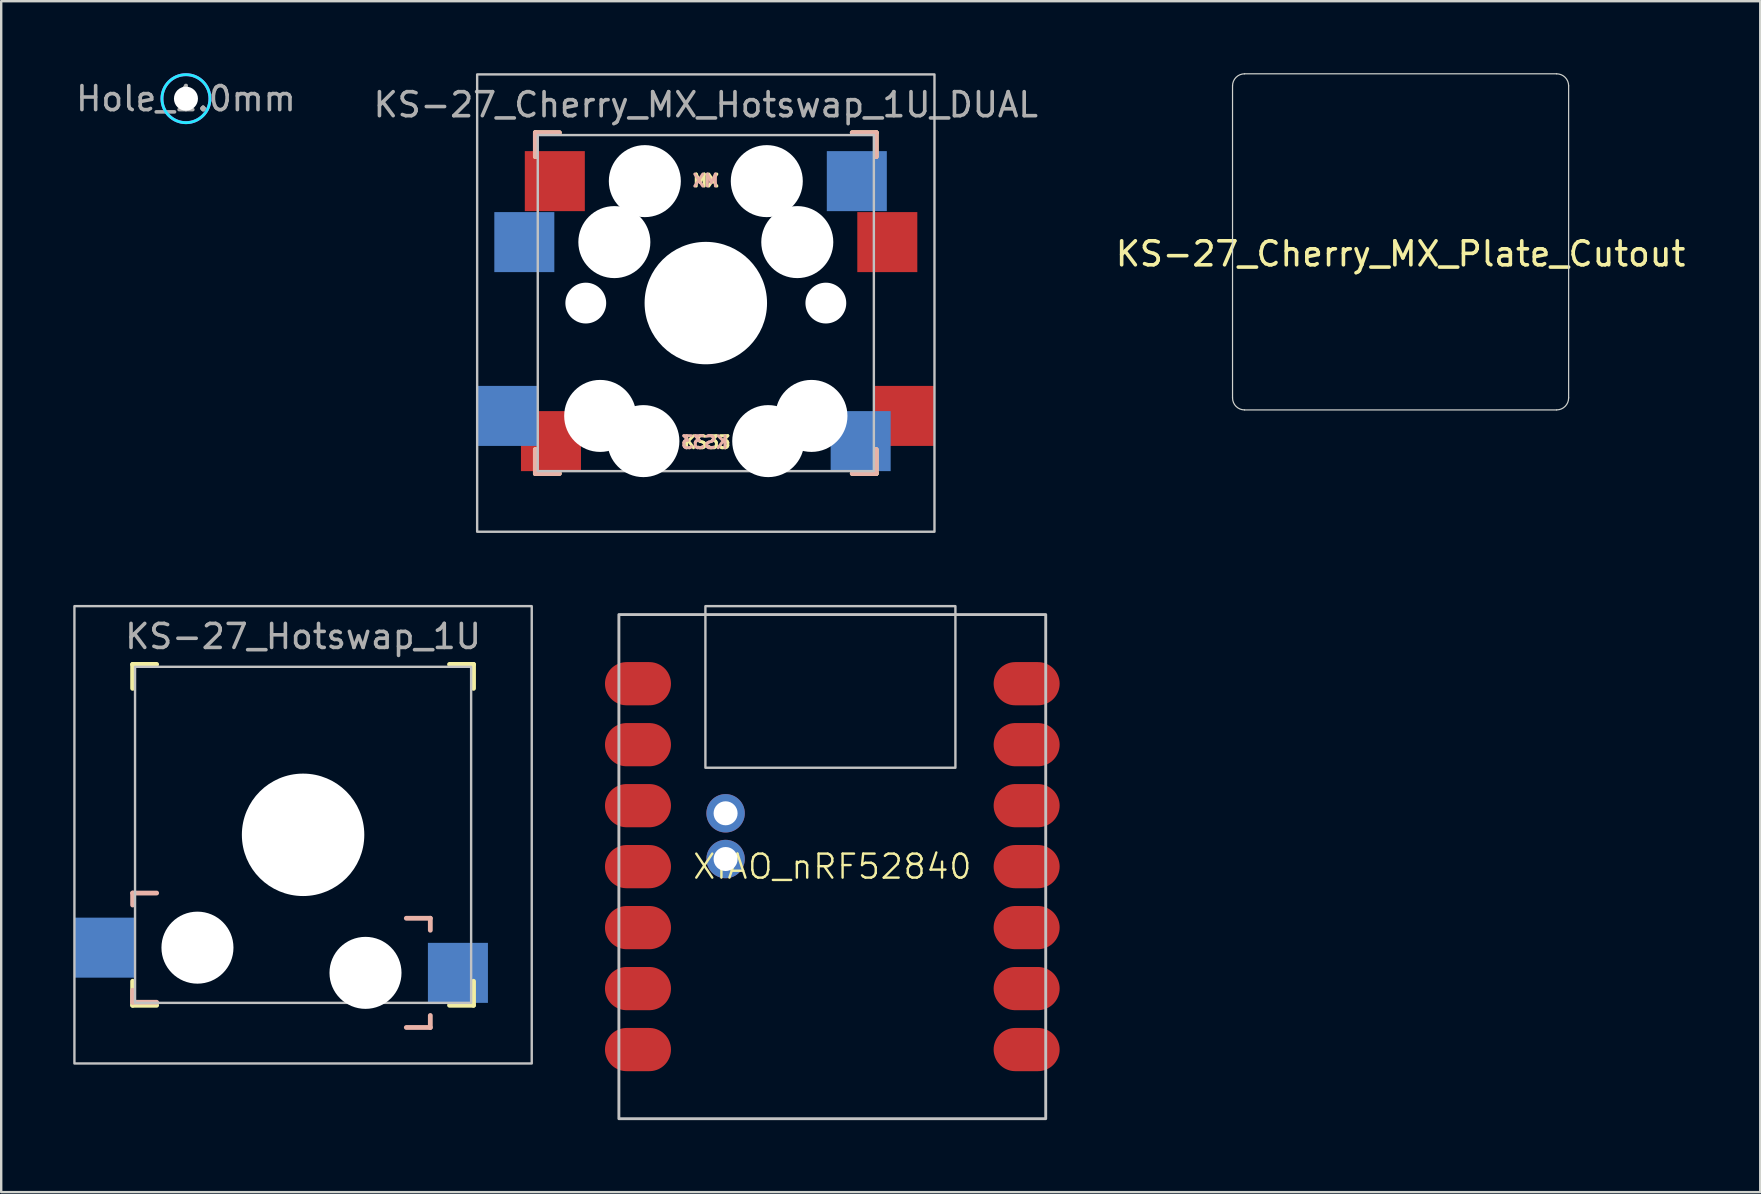
<source format=kicad_pcb>
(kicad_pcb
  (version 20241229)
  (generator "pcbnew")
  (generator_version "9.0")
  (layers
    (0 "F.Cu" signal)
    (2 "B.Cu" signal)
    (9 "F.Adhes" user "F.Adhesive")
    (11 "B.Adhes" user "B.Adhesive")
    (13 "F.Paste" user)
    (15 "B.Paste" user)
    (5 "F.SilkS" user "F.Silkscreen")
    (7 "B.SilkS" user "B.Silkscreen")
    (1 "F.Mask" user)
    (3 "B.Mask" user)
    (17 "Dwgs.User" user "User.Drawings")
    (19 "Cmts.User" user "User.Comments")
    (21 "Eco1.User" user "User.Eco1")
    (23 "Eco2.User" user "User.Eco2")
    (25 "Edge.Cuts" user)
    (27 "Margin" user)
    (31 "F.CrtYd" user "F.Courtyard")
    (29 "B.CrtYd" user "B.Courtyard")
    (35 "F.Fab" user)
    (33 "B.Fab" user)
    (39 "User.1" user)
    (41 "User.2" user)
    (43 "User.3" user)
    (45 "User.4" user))
  (footprint "XIAO_nRF52840"
    (layer "F.Cu")
    (at 31.62 33.05)
    (property "Reference" "XIAO_nRF52840" (at 0 0 0) (unlocked yes) (layer "F.SilkS") (effects (font (size 1 1) (thickness 0.1))))
    (attr smd)
    (fp_rect (start -8.89 10.5) (end 8.89 -10.5) (stroke (width 0.12) (type solid)) (fill no) (layer "Dwgs.User"))
    (fp_rect (start -5.286 -10.85) (end 5.128 -4.119) (stroke (width 0.1) (type default)) (fill no) (layer "Dwgs.User"))
    (pad "1" smd oval (at -8.57 -7.62 180) (size 2.75 1.8) (drill (offset -0.475 0)) (layers "F.Cu" "F.Mask" "F.Paste"))
    (pad "2" smd oval (at -8.57 -5.08 180) (size 2.75 1.8) (drill (offset -0.475 0)) (layers "F.Cu" "F.Mask" "F.Paste"))
    (pad "3" smd oval (at -8.57 -2.54 180) (size 2.75 1.8) (drill (offset -0.475 0)) (layers "F.Cu" "F.Mask" "F.Paste"))
    (pad "4" smd oval (at -8.57 0 180) (size 2.75 1.8) (drill (offset -0.475 0)) (layers "F.Cu" "F.Mask" "F.Paste"))
    (pad "5" smd oval (at -8.57 2.54 180) (size 2.75 1.8) (drill (offset -0.475 0)) (layers "F.Cu" "F.Mask" "F.Paste"))
    (pad "6" smd oval (at -8.57 5.08 180) (size 2.75 1.8) (drill (offset -0.475 0)) (layers "F.Cu" "F.Mask" "F.Paste"))
    (pad "7" smd oval (at -8.57 7.62 180) (size 2.75 1.8) (drill (offset -0.475 0)) (layers "F.Cu" "F.Mask" "F.Paste"))
    (pad "8" smd oval (at 8.57 7.62) (size 2.75 1.8) (drill (offset -0.475 0)) (layers "F.Cu" "F.Mask" "F.Paste"))
    (pad "9" smd oval (at 8.57 5.08) (size 2.75 1.8) (drill (offset -0.475 0)) (layers "F.Cu" "F.Mask" "F.Paste"))
    (pad "10" smd oval (at 8.57 2.54) (size 2.75 1.8) (drill (offset -0.475 0)) (layers "F.Cu" "F.Mask" "F.Paste"))
    (pad "11" smd oval (at 8.57 0) (size 2.75 1.8) (drill (offset -0.475 0)) (layers "F.Cu" "F.Mask" "F.Paste"))
    (pad "12" smd oval (at 8.57 -2.54) (size 2.75 1.8) (drill (offset -0.475 0)) (layers "F.Cu" "F.Mask" "F.Paste"))
    (pad "13" smd oval (at 8.57 -5.08) (size 2.75 1.8) (drill (offset -0.475 0)) (layers "F.Cu" "F.Mask" "F.Paste"))
    (pad "14" smd oval (at 8.57 -7.62) (size 2.75 1.8) (drill (offset -0.475 0)) (layers "F.Cu" "F.Mask" "F.Paste"))
    (pad "19" thru_hole circle (at -4.445 -0.317 180) (size 1.6 1.6) (drill 1) (layers "*.Cu" "*.Mask"))
    (pad "20" thru_hole circle (at -4.445 -2.222 180) (size 1.6 1.6) (drill 1) (layers "*.Cu" "*.Mask")))
  (footprint "KS-27_Cherry_MX_Hotswap_1U_DUAL"
    (layer "F.Cu")
    (at 26.351 9.575)
    (property "Reference" "KS-27_Cherry_MX_Hotswap_1U_DUAL" (at 0 -8.262 0) (unlocked yes) (layer "F.Fab") (effects (font (size 1 1) (thickness 0.15))))
    (attr smd)
    (fp_line (start -7.1 -7.1) (end -7.1 -6.1) (stroke (width 0.2) (type default)) (layer "F.SilkS"))
    (fp_line (start -7.1 -7.1) (end -6.1 -7.1) (stroke (width 0.2) (type default)) (layer "F.SilkS"))
    (fp_line (start -7.1 7.1) (end -7.1 6.1) (stroke (width 0.2) (type default)) (layer "F.SilkS"))
    (fp_line (start -6.1 7.1) (end -7.1 7.1) (stroke (width 0.2) (type default)) (layer "F.SilkS"))
    (fp_line (start 6.1 -7.1) (end 7.1 -7.1) (stroke (width 0.2) (type default)) (layer "F.SilkS"))
    (fp_line (start 7.1 -6.1) (end 7.1 -7.1) (stroke (width 0.2) (type default)) (layer "F.SilkS"))
    (fp_line (start 7.1 7.1) (end 6.1 7.1) (stroke (width 0.2) (type default)) (layer "F.SilkS"))
    (fp_line (start 7.1 7.1) (end 7.1 6.1) (stroke (width 0.2) (type default)) (layer "F.SilkS"))
    (fp_line (start -7.1 -6.1) (end -7.1 -7.1) (stroke (width 0.2) (type default)) (layer "B.SilkS"))
    (fp_line (start -7.1 7.1) (end -7.1 6.1) (stroke (width 0.2) (type default)) (layer "B.SilkS"))
    (fp_line (start -7.1 7.1) (end -6.1 7.1) (stroke (width 0.2) (type default)) (layer "B.SilkS"))
    (fp_line (start -6.1 -7.1) (end -7.1 -7.1) (stroke (width 0.2) (type default)) (layer "B.SilkS"))
    (fp_line (start 6.1 7.1) (end 7.1 7.1) (stroke (width 0.2) (type default)) (layer "B.SilkS"))
    (fp_line (start 7.1 -7.1) (end 6.1 -7.1) (stroke (width 0.2) (type default)) (layer "B.SilkS"))
    (fp_line (start 7.1 -7.1) (end 7.1 -6.1) (stroke (width 0.2) (type default)) (layer "B.SilkS"))
    (fp_line (start 7.1 7.1) (end 7.1 6.1) (stroke (width 0.2) (type default)) (layer "B.SilkS"))
    (fp_rect (start -9.525 -9.525) (end 9.525 9.525) (stroke (width 0.1) (type default)) (fill no) (layer "Dwgs.User"))
    (fp_rect (start -7 -7) (end 7 7) (stroke (width 0.1) (type default)) (fill no) (layer "Dwgs.User"))
    (fp_text user "MX" (at -0.6 -5.1 0) (unlocked yes) (layer "F.SilkS") (effects (font (size 0.5 0.5) (thickness 0.125)) (justify left)))
    (fp_text user "KS33" (at -1 5.8 0) (unlocked yes) (layer "F.SilkS") (effects (font (size 0.5 0.5) (thickness 0.125)) (justify left)))
    (fp_text user "MX" (at 0.6 -5.1 0) (unlocked yes) (layer "B.SilkS") (effects (font (size 0.5 0.5) (thickness 0.125)) (justify left mirror)))
    (fp_text user "KS33" (at 1 5.8 0) (unlocked yes) (layer "B.SilkS") (effects (font (size 0.5 0.5) (thickness 0.125)) (justify left mirror)))
    (pad "" np_thru_hole circle (at -5 0) (size 1.7 1.7) (drill 1.7) (layers "*.Cu" "*.Mask"))
    (pad "" np_thru_hole circle (at -4.4 4.7) (size 3 3) (drill 3) (layers "*.Cu" "*.Mask"))
    (pad "" np_thru_hole circle (at -3.81 -2.54) (size 3 3) (drill 3) (layers "*.Cu" "*.Mask"))
    (pad "" np_thru_hole circle (at -2.6 5.75) (size 3 3) (drill 3) (layers "*.Cu" "*.Mask"))
    (pad "" np_thru_hole circle (at -2.54 -5.08) (size 3 3) (drill 3) (layers "*.Cu" "*.Mask"))
    (pad "" np_thru_hole circle (at 0 0) (size 5.1 5.1) (drill 5.1) (layers "*.Cu" "*.Mask"))
    (pad "" np_thru_hole circle (at 2.54 -5.08) (size 3 3) (drill 3) (layers "*.Cu" "*.Mask"))
    (pad "" np_thru_hole circle (at 2.6 5.75) (size 3 3) (drill 3) (layers "*.Cu" "*.Mask"))
    (pad "" np_thru_hole circle (at 3.81 -2.54) (size 3 3) (drill 3) (layers "*.Cu" "*.Mask"))
    (pad "" np_thru_hole circle (at 4.4 4.7) (size 3 3) (drill 3) (layers "*.Cu" "*.Mask"))
    (pad "" np_thru_hole circle (at 5 0) (size 1.7 1.7) (drill 1.7) (layers "*.Cu" "*.Mask"))
    (pad "1" smd rect (at -8.25 4.7) (size 2.5 2.5) (layers "B.Cu" "B.Mask" "B.Paste"))
    (pad "1" smd rect (at -7.56 -2.54) (size 2.5 2.5) (layers "B.Cu" "B.Mask" "B.Paste"))
    (pad "1" smd rect (at -6.45 5.75) (size 2.5 2.5) (layers "F.Cu" "F.Mask" "F.Paste"))
    (pad "1" smd rect (at -6.29 -5.08) (size 2.5 2.5) (layers "F.Cu" "F.Mask" "F.Paste"))
    (pad "2" smd rect (at 6.29 -5.08) (size 2.5 2.5) (layers "B.Cu" "B.Mask" "B.Paste"))
    (pad "2" smd rect (at 6.45 5.75) (size 2.5 2.5) (layers "B.Cu" "B.Mask" "B.Paste"))
    (pad "2" smd rect (at 7.56 -2.54) (size 2.5 2.5) (layers "F.Cu" "F.Mask" "F.Paste"))
    (pad "2" smd rect (at 8.25 4.7) (size 2.5 2.5) (layers "F.Cu" "F.Mask" "F.Paste")))
  (footprint "KS-27_Cherry_MX_Plate_Cutout"
    (layer "F.Cu")
    (at 55.292 7.025)
    (property "Reference" "KS-27_Cherry_MX_Plate_Cutout" (at 0 0.5 0) (layer "F.SilkS") (effects (font (size 1 1) (thickness 0.15))))
    (attr through_hole)
    (fp_line (start -7 6.5) (end -7 -6.5) (stroke (width 0.05) (type default)) (layer "Edge.Cuts"))
    (fp_line (start -6.5 -7) (end 6.5 -7) (stroke (width 0.05) (type default)) (layer "Edge.Cuts"))
    (fp_line (start 6.5 7) (end -6.5 7) (stroke (width 0.05) (type default)) (layer "Edge.Cuts"))
    (fp_line (start 7 -6.5) (end 7 6.5) (stroke (width 0.05) (type default)) (layer "Edge.Cuts"))
    (fp_arc (start -7 -6.5) (mid -6.853553 -6.853553) (end -6.5 -7) (stroke (width 0.05) (type default)) (layer "Edge.Cuts"))
    (fp_arc (start -6.5 7) (mid -6.853553 6.853553) (end -7 6.5) (stroke (width 0.05) (type default)) (layer "Edge.Cuts"))
    (fp_arc (start 6.5 -7) (mid 6.853553 -6.853553) (end 7 -6.5) (stroke (width 0.05) (type default)) (layer "Edge.Cuts"))
    (fp_arc (start 7 6.5) (mid 6.853553 6.853553) (end 6.5 7) (stroke (width 0.05) (type default)) (layer "Edge.Cuts")))
  (footprint "Hole_1.0mm"
    (layer "F.Cu")
    (at 4.696 1.06)
    (property "Reference" "Hole_1.0mm" (at 0 0 0) (layer "F.Fab") (effects (font (size 1 1) (thickness 0.15))))
    (attr through_hole)
    (fp_circle (center 0 0) (end 1 0) (stroke (width 0.12) (type solid)) (fill no) (layer "B.CrtYd"))
    (fp_circle (center 0 0) (end 1 0) (stroke (width 0.12) (type solid)) (fill no) (layer "F.CrtYd"))
    (pad "" np_thru_hole circle (at 0 0 270) (size 1 1) (drill 1) (layers "*.Cu" "*.Mask")))
  (footprint "KS-27_Hotswap_1U"
    (layer "F.Cu")
    (at 9.575 31.725)
    (property "Reference" "KS-27_Hotswap_1U" (at 0 -8.262 0) (unlocked yes) (layer "F.Fab") (effects (font (size 1 1) (thickness 0.15))))
    (attr smd)
    (fp_line (start -7.1 -7.1) (end -7.1 -6.1) (stroke (width 0.2) (type default)) (layer "F.SilkS"))
    (fp_line (start -7.1 -7.1) (end -6.1 -7.1) (stroke (width 0.2) (type default)) (layer "F.SilkS"))
    (fp_line (start -7.1 7.1) (end -7.1 6.1) (stroke (width 0.2) (type default)) (layer "F.SilkS"))
    (fp_line (start -6.1 7.1) (end -7.1 7.1) (stroke (width 0.2) (type default)) (layer "F.SilkS"))
    (fp_line (start 6.1 -7.1) (end 7.1 -7.1) (stroke (width 0.2) (type default)) (layer "F.SilkS"))
    (fp_line (start 7.1 -6.1) (end 7.1 -7.1) (stroke (width 0.2) (type default)) (layer "F.SilkS"))
    (fp_line (start 7.1 7.1) (end 6.1 7.1) (stroke (width 0.2) (type default)) (layer "F.SilkS"))
    (fp_line (start 7.1 7.1) (end 7.1 6.1) (stroke (width 0.2) (type default)) (layer "F.SilkS"))
    (fp_line (start -7.1 2.425) (end -6.1 2.425) (stroke (width 0.2) (type default)) (layer "B.SilkS"))
    (fp_line (start -7.1 2.925) (end -7.1 2.425) (stroke (width 0.2) (type default)) (layer "B.SilkS"))
    (fp_line (start -7.1 6.975) (end -7.1 6.475) (stroke (width 0.2) (type default)) (layer "B.SilkS"))
    (fp_line (start -7.1 6.975) (end -6.1 6.975) (stroke (width 0.2) (type default)) (layer "B.SilkS"))
    (fp_line (start 4.3 3.475) (end 5.3 3.475) (stroke (width 0.2) (type default)) (layer "B.SilkS"))
    (fp_line (start 4.3 8.025) (end 5.3 8.025) (stroke (width 0.2) (type default)) (layer "B.SilkS"))
    (fp_line (start 5.3 3.975) (end 5.3 3.475) (stroke (width 0.2) (type default)) (layer "B.SilkS"))
    (fp_line (start 5.3 8.025) (end 5.3 7.525) (stroke (width 0.2) (type default)) (layer "B.SilkS"))
    (fp_rect (start -9.525 -9.525) (end 9.525 9.525) (stroke (width 0.1) (type default)) (fill no) (layer "Dwgs.User"))
    (fp_rect (start -7 -7) (end 7 7) (stroke (width 0.1) (type default)) (fill no) (layer "Dwgs.User"))
    (pad "" np_thru_hole circle (at -4.4 4.7) (size 3 3) (drill 3) (layers "*.Cu" "*.Mask"))
    (pad "" np_thru_hole circle (at 0 0) (size 5.1 5.1) (drill 5.1) (layers "*.Cu" "*.Mask"))
    (pad "" np_thru_hole circle (at 2.6 5.75) (size 3 3) (drill 3) (layers "*.Cu" "*.Mask"))
    (pad "1" smd rect (at -8.25 4.7) (size 2.5 2.5) (layers "B.Cu" "B.Mask" "B.Paste"))
    (pad "2" smd rect (at 6.45 5.75) (size 2.5 2.5) (layers "B.Cu" "B.Mask" "B.Paste")))
  (gr_rect
    (start -3 -3)
    (end 70.274 46.61)
    (stroke (width 0.1) (type default))
    (fill no)
    (layer "Edge.Cuts")))
</source>
